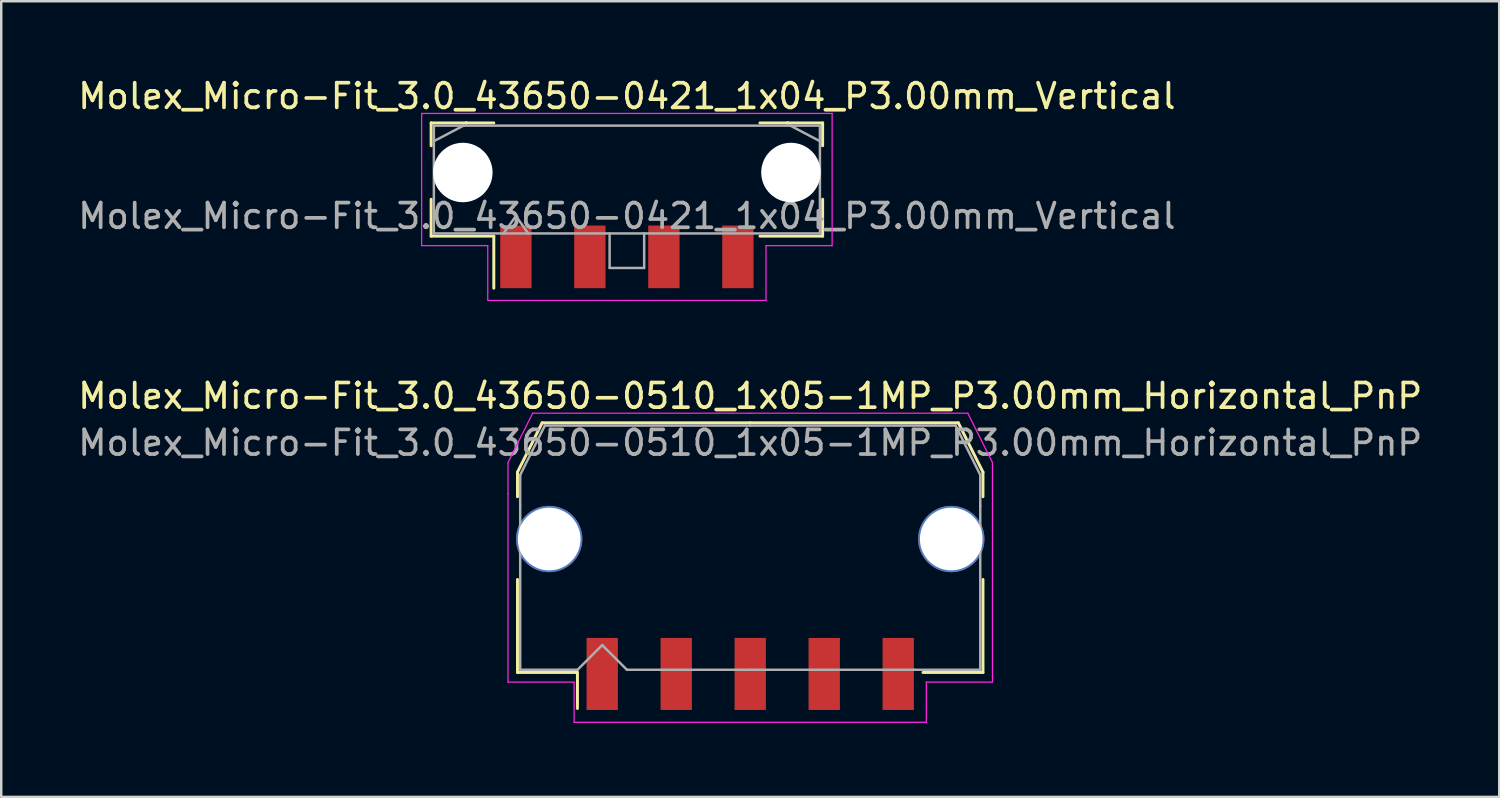
<source format=kicad_pcb>
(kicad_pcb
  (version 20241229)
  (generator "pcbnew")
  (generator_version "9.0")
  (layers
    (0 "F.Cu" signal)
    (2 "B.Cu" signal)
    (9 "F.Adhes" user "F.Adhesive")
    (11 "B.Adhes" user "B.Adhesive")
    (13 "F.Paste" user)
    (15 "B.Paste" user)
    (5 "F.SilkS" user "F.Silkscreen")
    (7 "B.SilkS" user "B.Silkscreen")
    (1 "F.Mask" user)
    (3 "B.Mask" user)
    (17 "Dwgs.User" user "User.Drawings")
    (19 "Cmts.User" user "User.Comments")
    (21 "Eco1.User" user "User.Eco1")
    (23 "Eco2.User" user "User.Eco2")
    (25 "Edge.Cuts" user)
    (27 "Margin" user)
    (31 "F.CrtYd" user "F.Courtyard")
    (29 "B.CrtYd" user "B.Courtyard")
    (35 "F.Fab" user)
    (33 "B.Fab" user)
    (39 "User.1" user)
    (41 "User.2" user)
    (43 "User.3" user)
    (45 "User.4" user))
  (footprint "Molex_Micro-Fit_3.0_43650-0421_1x04_P3.00mm_Vertical"
    (layer "F.Cu")
    (at 22.363 4.228)
    (property "Reference" "Molex_Micro-Fit_3.0_43650-0421_1x04_P3.00mm_Vertical" (at 0 -3.38 0) (layer "F.SilkS") (effects (font (size 1 1) (thickness 0.15))))
    (attr smd)
    (fp_line (start -7.935 -2.295) (end -6.515 -2.295) (stroke (width 0.12) (type solid)) (layer "F.SilkS"))
    (fp_line (start -7.935 -1.37) (end -7.935 -2.295) (stroke (width 0.12) (type solid)) (layer "F.SilkS"))
    (fp_line (start -7.935 0.8) (end -7.935 2.295) (stroke (width 0.12) (type solid)) (layer "F.SilkS"))
    (fp_line (start -7.935 2.295) (end -5.395 2.295) (stroke (width 0.12) (type solid)) (layer "F.SilkS"))
    (fp_line (start -6.515 -2.295) (end -6.515 -2.295) (stroke (width 0.12) (type solid)) (layer "F.SilkS"))
    (fp_line (start -6.515 -2.295) (end -5.395 -2.295) (stroke (width 0.12) (type solid)) (layer "F.SilkS"))
    (fp_line (start -5.395 2.295) (end -5.395 4.405) (stroke (width 0.12) (type solid)) (layer "F.SilkS"))
    (fp_line (start 6.515 -2.295) (end 5.395 -2.295) (stroke (width 0.12) (type solid)) (layer "F.SilkS"))
    (fp_line (start 6.515 -2.295) (end 6.515 -2.295) (stroke (width 0.12) (type solid)) (layer "F.SilkS"))
    (fp_line (start 7.935 -2.295) (end 6.515 -2.295) (stroke (width 0.12) (type solid)) (layer "F.SilkS"))
    (fp_line (start 7.935 -1.37) (end 7.935 -2.295) (stroke (width 0.12) (type solid)) (layer "F.SilkS"))
    (fp_line (start 7.935 0.8) (end 7.935 2.295) (stroke (width 0.12) (type solid)) (layer "F.SilkS"))
    (fp_line (start 7.935 2.295) (end 5.395 2.295) (stroke (width 0.12) (type solid)) (layer "F.SilkS"))
    (fp_line (start -8.32 -2.68) (end -8.32 2.68) (stroke (width 0.05) (type solid)) (layer "F.CrtYd"))
    (fp_line (start -8.32 2.68) (end -5.64 2.68) (stroke (width 0.05) (type solid)) (layer "F.CrtYd"))
    (fp_line (start -5.64 -2.68) (end -8.32 -2.68) (stroke (width 0.05) (type solid)) (layer "F.CrtYd"))
    (fp_line (start -5.64 2.68) (end -5.64 4.9) (stroke (width 0.05) (type solid)) (layer "F.CrtYd"))
    (fp_line (start -5.64 4.9) (end 0 4.9) (stroke (width 0.05) (type solid)) (layer "F.CrtYd"))
    (fp_line (start 0 -2.68) (end -5.64 -2.68) (stroke (width 0.05) (type solid)) (layer "F.CrtYd"))
    (fp_line (start 0 -2.68) (end 5.64 -2.68) (stroke (width 0.05) (type solid)) (layer "F.CrtYd"))
    (fp_line (start 5.64 -2.68) (end 8.32 -2.68) (stroke (width 0.05) (type solid)) (layer "F.CrtYd"))
    (fp_line (start 5.64 2.68) (end 5.64 4.9) (stroke (width 0.05) (type solid)) (layer "F.CrtYd"))
    (fp_line (start 5.64 4.9) (end 0 4.9) (stroke (width 0.05) (type solid)) (layer "F.CrtYd"))
    (fp_line (start 8.32 -2.68) (end 8.32 2.68) (stroke (width 0.05) (type solid)) (layer "F.CrtYd"))
    (fp_line (start 8.32 2.68) (end 5.64 2.68) (stroke (width 0.05) (type solid)) (layer "F.CrtYd"))
    (fp_line (start -7.825 -2.185) (end -7.825 2.185) (stroke (width 0.1) (type solid)) (layer "F.Fab"))
    (fp_line (start -7.825 -1.555) (end -6.625 -2.185) (stroke (width 0.1) (type solid)) (layer "F.Fab"))
    (fp_line (start -7.825 2.185) (end 7.825 2.185) (stroke (width 0.1) (type solid)) (layer "F.Fab"))
    (fp_line (start -6.625 -2.185) (end -7.825 -2.185) (stroke (width 0.1) (type solid)) (layer "F.Fab"))
    (fp_line (start -6.625 -2.185) (end -6.625 -2.185) (stroke (width 0.1) (type solid)) (layer "F.Fab"))
    (fp_line (start -5 2.185) (end -4.5 1.478) (stroke (width 0.1) (type solid)) (layer "F.Fab"))
    (fp_line (start -4.5 1.478) (end -4 2.185) (stroke (width 0.1) (type solid)) (layer "F.Fab"))
    (fp_line (start -0.7 2.185) (end -0.7 3.585) (stroke (width 0.1) (type solid)) (layer "F.Fab"))
    (fp_line (start -0.7 3.585) (end 0.7 3.585) (stroke (width 0.1) (type solid)) (layer "F.Fab"))
    (fp_line (start 0.7 3.585) (end 0.7 2.185) (stroke (width 0.1) (type solid)) (layer "F.Fab"))
    (fp_line (start 6.625 -2.185) (end -6.625 -2.185) (stroke (width 0.1) (type solid)) (layer "F.Fab"))
    (fp_line (start 6.625 -2.185) (end 6.625 -2.185) (stroke (width 0.1) (type solid)) (layer "F.Fab"))
    (fp_line (start 7.825 -2.185) (end 6.625 -2.185) (stroke (width 0.1) (type solid)) (layer "F.Fab"))
    (fp_line (start 7.825 -1.555) (end 6.625 -2.185) (stroke (width 0.1) (type solid)) (layer "F.Fab"))
    (fp_line (start 7.825 2.185) (end 7.825 -2.185) (stroke (width 0.1) (type solid)) (layer "F.Fab"))
    (fp_text user "${REFERENCE}" (at 0 1.48 0) (layer "F.Fab") (effects (font (size 1 1) (thickness 0.15))))
    (pad "" np_thru_hole circle (at -6.65 -0.285) (size 2.41 2.41) (drill 2.41) (layers "*.Cu" "*.Mask"))
    (pad "" np_thru_hole circle (at 6.65 -0.285) (size 2.41 2.41) (drill 2.41) (layers "*.Cu" "*.Mask"))
    (pad "1" smd rect (at -4.5 3.135) (size 1.27 2.54) (layers "F.Cu" "F.Mask" "F.Paste"))
    (pad "2" smd rect (at -1.5 3.135) (size 1.27 2.54) (layers "F.Cu" "F.Mask" "F.Paste"))
    (pad "3" smd rect (at 1.5 3.135) (size 1.27 2.54) (layers "F.Cu" "F.Mask" "F.Paste"))
    (pad "4" smd rect (at 4.5 3.135) (size 1.27 2.54) (layers "F.Cu" "F.Mask" "F.Paste")))
  (footprint "Molex_Micro-Fit_3.0_43650-0510_1x05-1MP_P3.00mm_Horizontal_PnP"
    (layer "F.Cu")
    (at 27.363 19.151)
    (property "Reference" "Molex_Micro-Fit_3.0_43650-0510_1x05-1MP_P3.00mm_Horizontal_PnP" (at 0 -6.15 0) (layer "F.SilkS") (effects (font (size 1 1) (thickness 0.15))))
    (attr smd)
    (fp_line (start -9.435 -3.06) (end -9.435 -2.065) (stroke (width 0.12) (type solid)) (layer "F.SilkS"))
    (fp_line (start -9.435 1.29) (end -9.435 5.06) (stroke (width 0.12) (type solid)) (layer "F.SilkS"))
    (fp_line (start -9.435 5.06) (end -7.005 5.06) (stroke (width 0.12) (type solid)) (layer "F.SilkS"))
    (fp_line (start -8.435 -5.06) (end -9.435 -3.06) (stroke (width 0.12) (type solid)) (layer "F.SilkS"))
    (fp_line (start -7.005 5.06) (end -7.005 6.52) (stroke (width 0.12) (type solid)) (layer "F.SilkS"))
    (fp_line (start 0 -5.06) (end -8.435 -5.06) (stroke (width 0.12) (type solid)) (layer "F.SilkS"))
    (fp_line (start 0 -5.06) (end 8.435 -5.06) (stroke (width 0.12) (type solid)) (layer "F.SilkS"))
    (fp_line (start 8.435 -5.06) (end 9.435 -3.06) (stroke (width 0.12) (type solid)) (layer "F.SilkS"))
    (fp_line (start 9.435 -3.06) (end 9.435 -2.065) (stroke (width 0.12) (type solid)) (layer "F.SilkS"))
    (fp_line (start 9.435 1.29) (end 9.435 5.06) (stroke (width 0.12) (type solid)) (layer "F.SilkS"))
    (fp_line (start 9.435 5.06) (end 7.005 5.06) (stroke (width 0.12) (type solid)) (layer "F.SilkS"))
    (fp_line (start -9.82 -3.45) (end -9.82 -2.19) (stroke (width 0.05) (type solid)) (layer "F.CrtYd"))
    (fp_line (start -9.82 -2.19) (end -9.82 5.45) (stroke (width 0.05) (type solid)) (layer "F.CrtYd"))
    (fp_line (start -9.82 5.45) (end -7.14 5.45) (stroke (width 0.05) (type solid)) (layer "F.CrtYd"))
    (fp_line (start -8.82 -5.45) (end -9.82 -3.45) (stroke (width 0.05) (type solid)) (layer "F.CrtYd"))
    (fp_line (start -7.14 5.45) (end -7.14 7.08) (stroke (width 0.05) (type solid)) (layer "F.CrtYd"))
    (fp_line (start -7.14 7.08) (end 0 7.08) (stroke (width 0.05) (type solid)) (layer "F.CrtYd"))
    (fp_line (start 0 -5.45) (end -8.82 -5.45) (stroke (width 0.05) (type solid)) (layer "F.CrtYd"))
    (fp_line (start 0 -5.45) (end 8.82 -5.45) (stroke (width 0.05) (type solid)) (layer "F.CrtYd"))
    (fp_line (start 7.14 5.45) (end 7.14 7.08) (stroke (width 0.05) (type solid)) (layer "F.CrtYd"))
    (fp_line (start 7.14 7.08) (end 0 7.08) (stroke (width 0.05) (type solid)) (layer "F.CrtYd"))
    (fp_line (start 8.82 -5.45) (end 9.82 -3.45) (stroke (width 0.05) (type solid)) (layer "F.CrtYd"))
    (fp_line (start 9.82 -3.45) (end 9.82 -2.19) (stroke (width 0.05) (type solid)) (layer "F.CrtYd"))
    (fp_line (start 9.82 -2.19) (end 9.82 5.45) (stroke (width 0.05) (type solid)) (layer "F.CrtYd"))
    (fp_line (start 9.82 5.45) (end 7.14 5.45) (stroke (width 0.05) (type solid)) (layer "F.CrtYd"))
    (fp_line (start -9.325 -2.95) (end -9.325 -1.695) (stroke (width 0.1) (type solid)) (layer "F.Fab"))
    (fp_line (start -9.325 -1.695) (end -9.325 4.95) (stroke (width 0.1) (type solid)) (layer "F.Fab"))
    (fp_line (start -9.325 4.95) (end -7 4.95) (stroke (width 0.1) (type solid)) (layer "F.Fab"))
    (fp_line (start -8.325 -4.95) (end -9.325 -2.95) (stroke (width 0.1) (type solid)) (layer "F.Fab"))
    (fp_line (start -7 4.95) (end -6 3.95) (stroke (width 0.1) (type solid)) (layer "F.Fab"))
    (fp_line (start -6 3.95) (end -5 4.95) (stroke (width 0.1) (type solid)) (layer "F.Fab"))
    (fp_line (start -5 4.95) (end 0 4.95) (stroke (width 0.1) (type solid)) (layer "F.Fab"))
    (fp_line (start 0 -4.95) (end -8.325 -4.95) (stroke (width 0.1) (type solid)) (layer "F.Fab"))
    (fp_line (start 0 -4.95) (end 8.325 -4.95) (stroke (width 0.1) (type solid)) (layer "F.Fab"))
    (fp_line (start 6.635 4.95) (end 0 4.95) (stroke (width 0.1) (type solid)) (layer "F.Fab"))
    (fp_line (start 8.325 -4.95) (end 9.325 -2.95) (stroke (width 0.1) (type solid)) (layer "F.Fab"))
    (fp_line (start 9.325 -2.95) (end 9.325 -1.695) (stroke (width 0.1) (type solid)) (layer "F.Fab"))
    (fp_line (start 9.325 -1.695) (end 9.325 4.95) (stroke (width 0.1) (type solid)) (layer "F.Fab"))
    (fp_line (start 9.325 4.95) (end 6.635 4.95) (stroke (width 0.1) (type solid)) (layer "F.Fab"))
    (fp_text user "${REFERENCE}" (at 0 -4.25 0) (layer "F.Fab") (effects (font (size 1 1) (thickness 0.15))))
    (pad "1" smd rect (at -6 5.12) (size 1.27 2.92) (layers "F.Cu" "F.Mask" "F.Paste"))
    (pad "2" smd rect (at -3 5.12) (size 1.27 2.92) (layers "F.Cu" "F.Mask" "F.Paste"))
    (pad "3" smd rect (at 0 5.12) (size 1.27 2.92) (layers "F.Cu" "F.Mask" "F.Paste"))
    (pad "4" smd rect (at 3 5.12) (size 1.27 2.92) (layers "F.Cu" "F.Mask" "F.Paste"))
    (pad "5" smd rect (at 6 5.12) (size 1.27 2.92) (layers "F.Cu" "F.Mask" "F.Paste"))
    (pad "MP" thru_hole circle (at -8.15 -0.35) (size 2.69 2.69) (drill 2.54) (layers "*.Cu" "*.Mask"))
    (pad "MP" thru_hole circle (at 8.15 -0.35) (size 2.69 2.69) (drill 2.54) (layers "*.Cu" "*.Mask")))
  (gr_rect
    (start -3 -3)
    (end 57.726 29.256)
    (stroke (width 0.1) (type default))
    (fill no)
    (layer "Edge.Cuts")))
</source>
